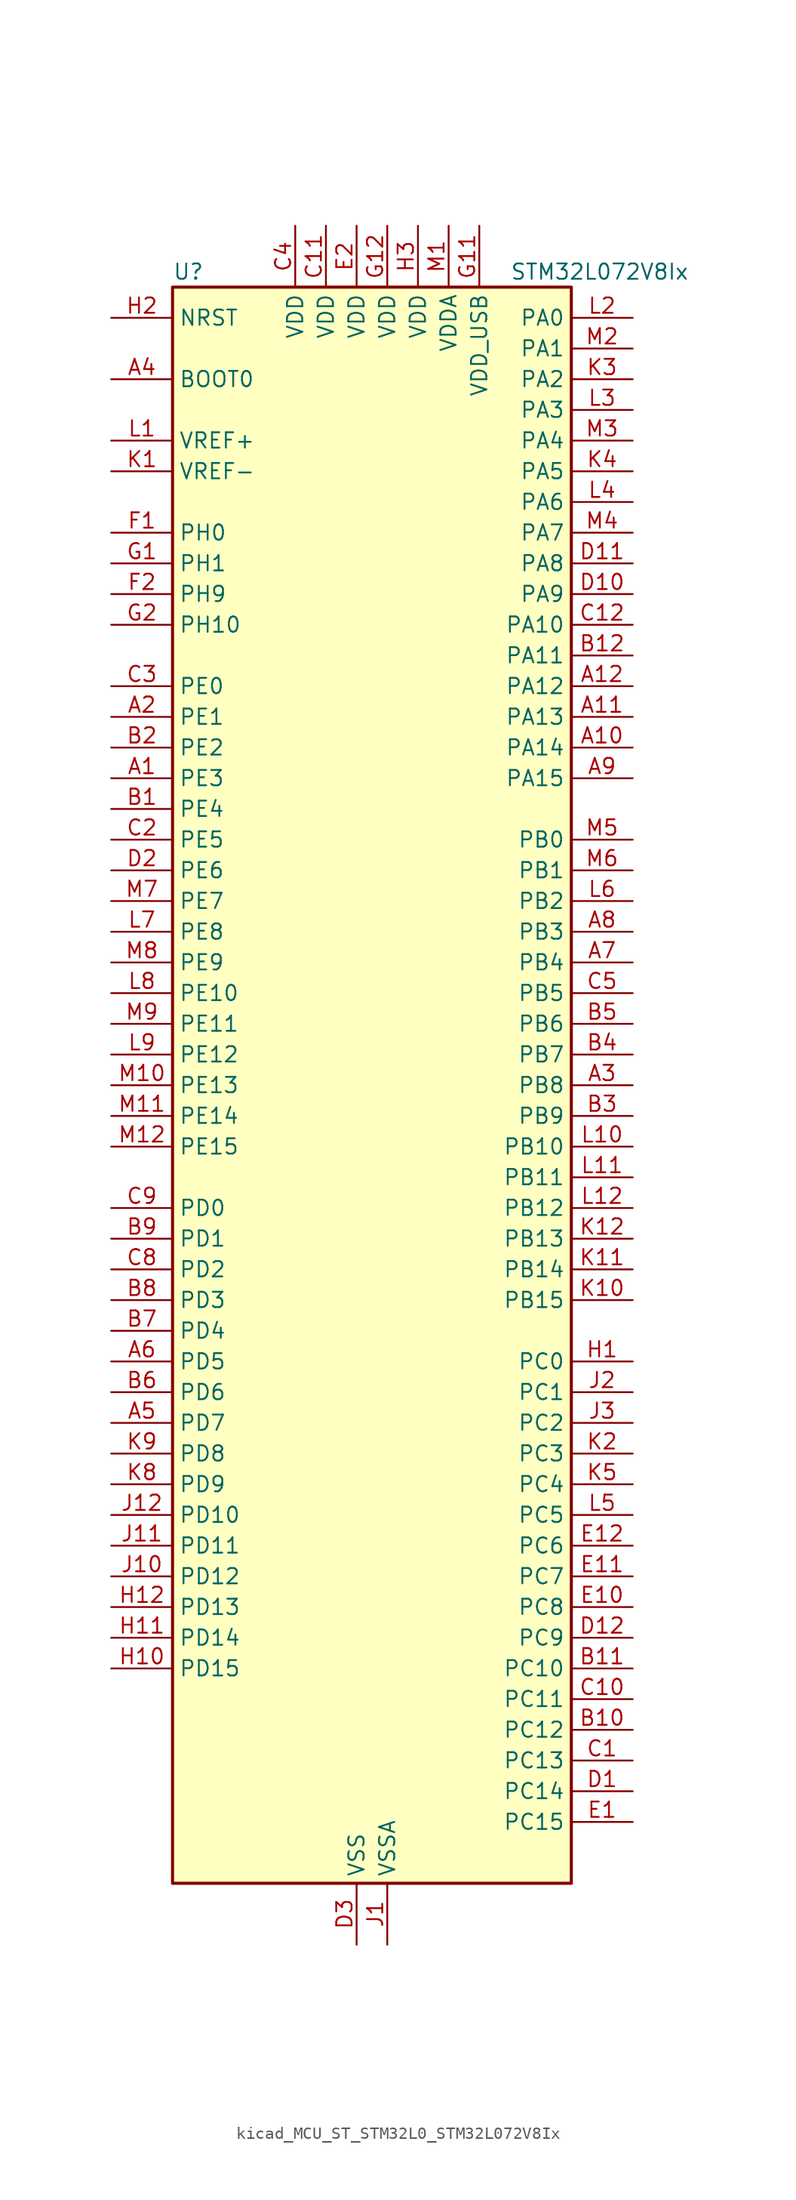
<source format=kicad_sym>
(kicad_symbol_lib
  (version 20220914)
  (generator kicad_symbol_editor)
  (symbol "kicad_MCU_ST_STM32L0_STM32L072V8Ix"
    (property "Reference" "U"
      (at -15.24 67.31 0)
      (effects (font (size 1.27 1.27)) (justify left)))
    (property "Value" "STM32L072V8Ix"
      (at 12.7 67.31 0)
      (effects (font (size 1.27 1.27)) (justify left)))
    (property "ki_locked" ""
      (at 0 0 0)
      (effects (font (size 1.27 1.27))))
    (symbol "kicad_MCU_ST_STM32L0_STM32L072V8Ix_0_1"
      (rectangle (start -15.24 -66.04) (end 17.78 66.04) (stroke (width 0.254) (type default)) (fill (type background))))
    (symbol "kicad_MCU_ST_STM32L0_STM32L072V8Ix_1_1"
      (pin bidirectional line (at -20.32 25.4 0) (length 5.08) (name "PE3" (effects (font (size 1.27 1.27)))) (number "A1" (effects (font (size 1.27 1.27)))) (alternate "TIM22_CH1" bidirectional line) (alternate "TIM3_CH1" bidirectional line))
      (pin bidirectional line (at 22.86 27.94 180) (length 5.08) (name "PA14" (effects (font (size 1.27 1.27)))) (number "A10" (effects (font (size 1.27 1.27)))) (alternate "LPUART1_TX" bidirectional line) (alternate "SYS_SWCLK" bidirectional line) (alternate "USART2_TX" bidirectional line))
      (pin bidirectional line (at 22.86 30.48 180) (length 5.08) (name "PA13" (effects (font (size 1.27 1.27)))) (number "A11" (effects (font (size 1.27 1.27)))) (alternate "LPUART1_RX" bidirectional line) (alternate "SYS_SWDIO" bidirectional line) (alternate "USB_NOE" bidirectional line))
      (pin bidirectional line (at 22.86 33.02 180) (length 5.08) (name "PA12" (effects (font (size 1.27 1.27)))) (number "A12" (effects (font (size 1.27 1.27)))) (alternate "COMP2_OUT" bidirectional line) (alternate "SPI1_MOSI" bidirectional line) (alternate "TSC_G4_IO4" bidirectional line) (alternate "USART1_DE" bidirectional line) (alternate "USART1_RTS" bidirectional line) (alternate "USB_DP" bidirectional line))
      (pin bidirectional line (at -20.32 30.48 0) (length 5.08) (name "PE1" (effects (font (size 1.27 1.27)))) (number "A2" (effects (font (size 1.27 1.27)))))
      (pin bidirectional line (at 22.86 0 180) (length 5.08) (name "PB8" (effects (font (size 1.27 1.27)))) (number "A3" (effects (font (size 1.27 1.27)))) (alternate "I2C1_SCL" bidirectional line) (alternate "TSC_SYNC" bidirectional line))
      (pin input line (at -20.32 58.42 0) (length 5.08) (name "BOOT0" (effects (font (size 1.27 1.27)))) (number "A4" (effects (font (size 1.27 1.27)))))
      (pin bidirectional line (at -20.32 -27.94 0) (length 5.08) (name "PD7" (effects (font (size 1.27 1.27)))) (number "A5" (effects (font (size 1.27 1.27)))) (alternate "TIM21_CH2" bidirectional line) (alternate "USART2_CK" bidirectional line))
      (pin bidirectional line (at -20.32 -22.86 0) (length 5.08) (name "PD5" (effects (font (size 1.27 1.27)))) (number "A6" (effects (font (size 1.27 1.27)))) (alternate "USART2_TX" bidirectional line))
      (pin bidirectional line (at 22.86 10.16 180) (length 5.08) (name "PB4" (effects (font (size 1.27 1.27)))) (number "A7" (effects (font (size 1.27 1.27)))) (alternate "COMP2_INP" bidirectional line) (alternate "I2C3_SDA" bidirectional line) (alternate "SPI1_MISO" bidirectional line) (alternate "TIM22_CH1" bidirectional line) (alternate "TIM3_CH1" bidirectional line) (alternate "TSC_G5_IO2" bidirectional line) (alternate "USART1_CTS" bidirectional line) (alternate "USART5_RX" bidirectional line))
      (pin bidirectional line (at 22.86 12.7 180) (length 5.08) (name "PB3" (effects (font (size 1.27 1.27)))) (number "A8" (effects (font (size 1.27 1.27)))) (alternate "COMP2_INM" bidirectional line) (alternate "SPI1_SCK" bidirectional line) (alternate "TIM2_CH2" bidirectional line) (alternate "TSC_G5_IO1" bidirectional line) (alternate "USART1_DE" bidirectional line) (alternate "USART1_RTS" bidirectional line) (alternate "USART5_TX" bidirectional line))
      (pin bidirectional line (at 22.86 25.4 180) (length 5.08) (name "PA15" (effects (font (size 1.27 1.27)))) (number "A9" (effects (font (size 1.27 1.27)))) (alternate "SPI1_NSS" bidirectional line) (alternate "TIM2_CH1" bidirectional line) (alternate "TIM2_ETR" bidirectional line) (alternate "USART2_RX" bidirectional line) (alternate "USART4_DE" bidirectional line) (alternate "USART4_RTS" bidirectional line))
      (pin bidirectional line (at -20.32 22.86 0) (length 5.08) (name "PE4" (effects (font (size 1.27 1.27)))) (number "B1" (effects (font (size 1.27 1.27)))) (alternate "TIM22_CH2" bidirectional line) (alternate "TIM3_CH2" bidirectional line))
      (pin bidirectional line (at 22.86 -53.34 180) (length 5.08) (name "PC12" (effects (font (size 1.27 1.27)))) (number "B10" (effects (font (size 1.27 1.27)))) (alternate "USART4_CK" bidirectional line) (alternate "USART5_TX" bidirectional line))
      (pin bidirectional line (at 22.86 -48.26 180) (length 5.08) (name "PC10" (effects (font (size 1.27 1.27)))) (number "B11" (effects (font (size 1.27 1.27)))) (alternate "LPUART1_TX" bidirectional line) (alternate "USART4_TX" bidirectional line))
      (pin bidirectional line (at 22.86 35.56 180) (length 5.08) (name "PA11" (effects (font (size 1.27 1.27)))) (number "B12" (effects (font (size 1.27 1.27)))) (alternate "ADC_EXTI11" bidirectional line) (alternate "COMP1_OUT" bidirectional line) (alternate "SPI1_MISO" bidirectional line) (alternate "TSC_G4_IO3" bidirectional line) (alternate "USART1_CTS" bidirectional line) (alternate "USB_DM" bidirectional line))
      (pin bidirectional line (at -20.32 27.94 0) (length 5.08) (name "PE2" (effects (font (size 1.27 1.27)))) (number "B2" (effects (font (size 1.27 1.27)))) (alternate "TIM3_ETR" bidirectional line))
      (pin bidirectional line (at 22.86 -2.54 180) (length 5.08) (name "PB9" (effects (font (size 1.27 1.27)))) (number "B3" (effects (font (size 1.27 1.27)))) (alternate "DAC_EXTI9" bidirectional line) (alternate "I2C1_SDA" bidirectional line) (alternate "I2S2_WS" bidirectional line) (alternate "SPI2_NSS" bidirectional line))
      (pin bidirectional line (at 22.86 2.54 180) (length 5.08) (name "PB7" (effects (font (size 1.27 1.27)))) (number "B4" (effects (font (size 1.27 1.27)))) (alternate "COMP2_INP" bidirectional line) (alternate "I2C1_SDA" bidirectional line) (alternate "LPTIM1_IN2" bidirectional line) (alternate "SYS_PVD_IN" bidirectional line) (alternate "TSC_G5_IO4" bidirectional line) (alternate "USART1_RX" bidirectional line) (alternate "USART4_CTS" bidirectional line))
      (pin bidirectional line (at 22.86 5.08 180) (length 5.08) (name "PB6" (effects (font (size 1.27 1.27)))) (number "B5" (effects (font (size 1.27 1.27)))) (alternate "COMP2_INP" bidirectional line) (alternate "I2C1_SCL" bidirectional line) (alternate "LPTIM1_ETR" bidirectional line) (alternate "TSC_G5_IO3" bidirectional line) (alternate "USART1_TX" bidirectional line))
      (pin bidirectional line (at -20.32 -25.4 0) (length 5.08) (name "PD6" (effects (font (size 1.27 1.27)))) (number "B6" (effects (font (size 1.27 1.27)))) (alternate "USART2_RX" bidirectional line))
      (pin bidirectional line (at -20.32 -20.32 0) (length 5.08) (name "PD4" (effects (font (size 1.27 1.27)))) (number "B7" (effects (font (size 1.27 1.27)))) (alternate "I2S2_SD" bidirectional line) (alternate "SPI2_MOSI" bidirectional line) (alternate "USART2_DE" bidirectional line) (alternate "USART2_RTS" bidirectional line))
      (pin bidirectional line (at -20.32 -17.78 0) (length 5.08) (name "PD3" (effects (font (size 1.27 1.27)))) (number "B8" (effects (font (size 1.27 1.27)))) (alternate "I2S2_MCK" bidirectional line) (alternate "SPI2_MISO" bidirectional line) (alternate "USART2_CTS" bidirectional line))
      (pin bidirectional line (at -20.32 -12.7 0) (length 5.08) (name "PD1" (effects (font (size 1.27 1.27)))) (number "B9" (effects (font (size 1.27 1.27)))) (alternate "I2S2_CK" bidirectional line) (alternate "SPI2_SCK" bidirectional line))
      (pin bidirectional line (at 22.86 -55.88 180) (length 5.08) (name "PC13" (effects (font (size 1.27 1.27)))) (number "C1" (effects (font (size 1.27 1.27)))) (alternate "RTC_OUT_ALARM" bidirectional line) (alternate "RTC_OUT_CALIB" bidirectional line) (alternate "RTC_TAMP1" bidirectional line) (alternate "RTC_TS" bidirectional line) (alternate "SYS_WKUP2" bidirectional line))
      (pin bidirectional line (at 22.86 -50.8 180) (length 5.08) (name "PC11" (effects (font (size 1.27 1.27)))) (number "C10" (effects (font (size 1.27 1.27)))) (alternate "ADC_EXTI11" bidirectional line) (alternate "LPUART1_RX" bidirectional line) (alternate "USART4_RX" bidirectional line))
      (pin power_in line (at -2.54 71.12 270) (length 5.08) (name "VDD" (effects (font (size 1.27 1.27)))) (number "C11" (effects (font (size 1.27 1.27)))))
      (pin bidirectional line (at 22.86 38.1 180) (length 5.08) (name "PA10" (effects (font (size 1.27 1.27)))) (number "C12" (effects (font (size 1.27 1.27)))) (alternate "I2C1_SDA" bidirectional line) (alternate "TSC_G4_IO2" bidirectional line) (alternate "USART1_RX" bidirectional line))
      (pin bidirectional line (at -20.32 20.32 0) (length 5.08) (name "PE5" (effects (font (size 1.27 1.27)))) (number "C2" (effects (font (size 1.27 1.27)))) (alternate "TIM21_CH1" bidirectional line) (alternate "TIM3_CH3" bidirectional line))
      (pin bidirectional line (at -20.32 33.02 0) (length 5.08) (name "PE0" (effects (font (size 1.27 1.27)))) (number "C3" (effects (font (size 1.27 1.27)))))
      (pin power_in line (at -5.08 71.12 270) (length 5.08) (name "VDD" (effects (font (size 1.27 1.27)))) (number "C4" (effects (font (size 1.27 1.27)))))
      (pin bidirectional line (at 22.86 7.62 180) (length 5.08) (name "PB5" (effects (font (size 1.27 1.27)))) (number "C5" (effects (font (size 1.27 1.27)))) (alternate "COMP2_INP" bidirectional line) (alternate "I2C1_SMBA" bidirectional line) (alternate "LPTIM1_IN1" bidirectional line) (alternate "SPI1_MOSI" bidirectional line) (alternate "TIM22_CH2" bidirectional line) (alternate "TIM3_CH2" bidirectional line) (alternate "USART1_CK" bidirectional line) (alternate "USART5_CK" bidirectional line) (alternate "USART5_DE" bidirectional line) (alternate "USART5_RTS" bidirectional line))
      (pin bidirectional line (at -20.32 -15.24 0) (length 5.08) (name "PD2" (effects (font (size 1.27 1.27)))) (number "C8" (effects (font (size 1.27 1.27)))) (alternate "LPUART1_DE" bidirectional line) (alternate "LPUART1_RTS" bidirectional line) (alternate "TIM3_ETR" bidirectional line) (alternate "USART5_RX" bidirectional line))
      (pin bidirectional line (at -20.32 -10.16 0) (length 5.08) (name "PD0" (effects (font (size 1.27 1.27)))) (number "C9" (effects (font (size 1.27 1.27)))) (alternate "I2S2_WS" bidirectional line) (alternate "SPI2_NSS" bidirectional line) (alternate "TIM21_CH1" bidirectional line))
      (pin bidirectional line (at 22.86 -58.42 180) (length 5.08) (name "PC14" (effects (font (size 1.27 1.27)))) (number "D1" (effects (font (size 1.27 1.27)))) (alternate "RCC_OSC32_IN" bidirectional line))
      (pin bidirectional line (at 22.86 40.64 180) (length 5.08) (name "PA9" (effects (font (size 1.27 1.27)))) (number "D10" (effects (font (size 1.27 1.27)))) (alternate "DAC_EXTI9" bidirectional line) (alternate "I2C1_SCL" bidirectional line) (alternate "I2C3_SMBA" bidirectional line) (alternate "RCC_MCO" bidirectional line) (alternate "TSC_G4_IO1" bidirectional line) (alternate "USART1_TX" bidirectional line))
      (pin bidirectional line (at 22.86 43.18 180) (length 5.08) (name "PA8" (effects (font (size 1.27 1.27)))) (number "D11" (effects (font (size 1.27 1.27)))) (alternate "CRS_SYNC" bidirectional line) (alternate "I2C3_SCL" bidirectional line) (alternate "RCC_MCO" bidirectional line) (alternate "USART1_CK" bidirectional line))
      (pin bidirectional line (at 22.86 -45.72 180) (length 5.08) (name "PC9" (effects (font (size 1.27 1.27)))) (number "D12" (effects (font (size 1.27 1.27)))) (alternate "DAC_EXTI9" bidirectional line) (alternate "I2C3_SDA" bidirectional line) (alternate "TIM21_ETR" bidirectional line) (alternate "TIM3_CH4" bidirectional line) (alternate "TSC_G8_IO4" bidirectional line) (alternate "USB_NOE" bidirectional line))
      (pin bidirectional line (at -20.32 17.78 0) (length 5.08) (name "PE6" (effects (font (size 1.27 1.27)))) (number "D2" (effects (font (size 1.27 1.27)))) (alternate "RTC_TAMP3" bidirectional line) (alternate "SYS_WKUP3" bidirectional line) (alternate "TIM21_CH2" bidirectional line) (alternate "TIM3_CH4" bidirectional line))
      (pin power_in line (at 0 -71.12 90) (length 5.08) (name "VSS" (effects (font (size 1.27 1.27)))) (number "D3" (effects (font (size 1.27 1.27)))))
      (pin bidirectional line (at 22.86 -60.96 180) (length 5.08) (name "PC15" (effects (font (size 1.27 1.27)))) (number "E1" (effects (font (size 1.27 1.27)))) (alternate "RCC_OSC32_OUT" bidirectional line))
      (pin bidirectional line (at 22.86 -43.18 180) (length 5.08) (name "PC8" (effects (font (size 1.27 1.27)))) (number "E10" (effects (font (size 1.27 1.27)))) (alternate "TIM22_ETR" bidirectional line) (alternate "TIM3_CH3" bidirectional line) (alternate "TSC_G8_IO3" bidirectional line))
      (pin bidirectional line (at 22.86 -40.64 180) (length 5.08) (name "PC7" (effects (font (size 1.27 1.27)))) (number "E11" (effects (font (size 1.27 1.27)))) (alternate "TIM22_CH2" bidirectional line) (alternate "TIM3_CH2" bidirectional line) (alternate "TSC_G8_IO2" bidirectional line))
      (pin bidirectional line (at 22.86 -38.1 180) (length 5.08) (name "PC6" (effects (font (size 1.27 1.27)))) (number "E12" (effects (font (size 1.27 1.27)))) (alternate "TIM22_CH1" bidirectional line) (alternate "TIM3_CH1" bidirectional line) (alternate "TSC_G8_IO1" bidirectional line))
      (pin power_in line (at 0 71.12 270) (length 5.08) (name "VDD" (effects (font (size 1.27 1.27)))) (number "E2" (effects (font (size 1.27 1.27)))))
      (pin passive line (at 0 -71.12 90) (length 5.08) hide (name "VSS" (effects (font (size 1.27 1.27)))) (number "E3" (effects (font (size 1.27 1.27)))))
      (pin bidirectional line (at -20.32 45.72 0) (length 5.08) (name "PH0" (effects (font (size 1.27 1.27)))) (number "F1" (effects (font (size 1.27 1.27)))) (alternate "CRS_SYNC" bidirectional line) (alternate "RCC_OSC_IN" bidirectional line))
      (pin passive line (at 0 -71.12 90) (length 5.08) hide (name "VSS" (effects (font (size 1.27 1.27)))) (number "F11" (effects (font (size 1.27 1.27)))))
      (pin passive line (at 0 -71.12 90) (length 5.08) hide (name "VSS" (effects (font (size 1.27 1.27)))) (number "F12" (effects (font (size 1.27 1.27)))))
      (pin bidirectional line (at -20.32 40.64 0) (length 5.08) (name "PH9" (effects (font (size 1.27 1.27)))) (number "F2" (effects (font (size 1.27 1.27)))) (alternate "DAC_EXTI9" bidirectional line))
      (pin bidirectional line (at -20.32 43.18 0) (length 5.08) (name "PH1" (effects (font (size 1.27 1.27)))) (number "G1" (effects (font (size 1.27 1.27)))) (alternate "RCC_OSC_OUT" bidirectional line))
      (pin power_in line (at 10.16 71.12 270) (length 5.08) (name "VDD_USB" (effects (font (size 1.27 1.27)))) (number "G11" (effects (font (size 1.27 1.27)))))
      (pin power_in line (at 2.54 71.12 270) (length 5.08) (name "VDD" (effects (font (size 1.27 1.27)))) (number "G12" (effects (font (size 1.27 1.27)))))
      (pin bidirectional line (at -20.32 38.1 0) (length 5.08) (name "PH10" (effects (font (size 1.27 1.27)))) (number "G2" (effects (font (size 1.27 1.27)))))
      (pin bidirectional line (at 22.86 -22.86 180) (length 5.08) (name "PC0" (effects (font (size 1.27 1.27)))) (number "H1" (effects (font (size 1.27 1.27)))) (alternate "ADC_IN10" bidirectional line) (alternate "I2C3_SCL" bidirectional line) (alternate "LPTIM1_IN1" bidirectional line) (alternate "LPUART1_RX" bidirectional line) (alternate "TSC_G7_IO1" bidirectional line))
      (pin bidirectional line (at -20.32 -48.26 0) (length 5.08) (name "PD15" (effects (font (size 1.27 1.27)))) (number "H10" (effects (font (size 1.27 1.27)))) (alternate "CRS_SYNC" bidirectional line))
      (pin bidirectional line (at -20.32 -45.72 0) (length 5.08) (name "PD14" (effects (font (size 1.27 1.27)))) (number "H11" (effects (font (size 1.27 1.27)))))
      (pin bidirectional line (at -20.32 -43.18 0) (length 5.08) (name "PD13" (effects (font (size 1.27 1.27)))) (number "H12" (effects (font (size 1.27 1.27)))))
      (pin input line (at -20.32 63.5 0) (length 5.08) (name "NRST" (effects (font (size 1.27 1.27)))) (number "H2" (effects (font (size 1.27 1.27)))))
      (pin power_in line (at 5.08 71.12 270) (length 5.08) (name "VDD" (effects (font (size 1.27 1.27)))) (number "H3" (effects (font (size 1.27 1.27)))))
      (pin power_in line (at 2.54 -71.12 90) (length 5.08) (name "VSSA" (effects (font (size 1.27 1.27)))) (number "J1" (effects (font (size 1.27 1.27)))))
      (pin bidirectional line (at -20.32 -40.64 0) (length 5.08) (name "PD12" (effects (font (size 1.27 1.27)))) (number "J10" (effects (font (size 1.27 1.27)))) (alternate "LPUART1_DE" bidirectional line) (alternate "LPUART1_RTS" bidirectional line))
      (pin bidirectional line (at -20.32 -38.1 0) (length 5.08) (name "PD11" (effects (font (size 1.27 1.27)))) (number "J11" (effects (font (size 1.27 1.27)))) (alternate "ADC_EXTI11" bidirectional line) (alternate "LPUART1_CTS" bidirectional line))
      (pin bidirectional line (at -20.32 -35.56 0) (length 5.08) (name "PD10" (effects (font (size 1.27 1.27)))) (number "J12" (effects (font (size 1.27 1.27)))))
      (pin bidirectional line (at 22.86 -25.4 180) (length 5.08) (name "PC1" (effects (font (size 1.27 1.27)))) (number "J2" (effects (font (size 1.27 1.27)))) (alternate "ADC_IN11" bidirectional line) (alternate "I2C3_SDA" bidirectional line) (alternate "LPTIM1_OUT" bidirectional line) (alternate "LPUART1_TX" bidirectional line) (alternate "TSC_G7_IO2" bidirectional line))
      (pin bidirectional line (at 22.86 -27.94 180) (length 5.08) (name "PC2" (effects (font (size 1.27 1.27)))) (number "J3" (effects (font (size 1.27 1.27)))) (alternate "ADC_IN12" bidirectional line) (alternate "I2S2_MCK" bidirectional line) (alternate "LPTIM1_IN2" bidirectional line) (alternate "SPI2_MISO" bidirectional line) (alternate "TSC_G7_IO3" bidirectional line))
      (pin input line (at -20.32 50.8 0) (length 5.08) (name "VREF-" (effects (font (size 1.27 1.27)))) (number "K1" (effects (font (size 1.27 1.27)))))
      (pin bidirectional line (at 22.86 -17.78 180) (length 5.08) (name "PB15" (effects (font (size 1.27 1.27)))) (number "K10" (effects (font (size 1.27 1.27)))) (alternate "I2S2_SD" bidirectional line) (alternate "RTC_REFIN" bidirectional line) (alternate "SPI2_MOSI" bidirectional line))
      (pin bidirectional line (at 22.86 -15.24 180) (length 5.08) (name "PB14" (effects (font (size 1.27 1.27)))) (number "K11" (effects (font (size 1.27 1.27)))) (alternate "I2C2_SDA" bidirectional line) (alternate "I2S2_MCK" bidirectional line) (alternate "LPUART1_DE" bidirectional line) (alternate "LPUART1_RTS" bidirectional line) (alternate "RTC_OUT_ALARM" bidirectional line) (alternate "RTC_OUT_CALIB" bidirectional line) (alternate "SPI2_MISO" bidirectional line) (alternate "TIM21_CH2" bidirectional line) (alternate "TSC_G6_IO4" bidirectional line))
      (pin bidirectional line (at 22.86 -12.7 180) (length 5.08) (name "PB13" (effects (font (size 1.27 1.27)))) (number "K12" (effects (font (size 1.27 1.27)))) (alternate "I2C2_SCL" bidirectional line) (alternate "I2S2_CK" bidirectional line) (alternate "LPUART1_CTS" bidirectional line) (alternate "RCC_MCO" bidirectional line) (alternate "SPI2_SCK" bidirectional line) (alternate "TIM21_CH1" bidirectional line) (alternate "TSC_G6_IO3" bidirectional line))
      (pin bidirectional line (at 22.86 -30.48 180) (length 5.08) (name "PC3" (effects (font (size 1.27 1.27)))) (number "K2" (effects (font (size 1.27 1.27)))) (alternate "ADC_IN13" bidirectional line) (alternate "I2S2_SD" bidirectional line) (alternate "LPTIM1_ETR" bidirectional line) (alternate "SPI2_MOSI" bidirectional line) (alternate "TSC_G7_IO4" bidirectional line))
      (pin bidirectional line (at 22.86 58.42 180) (length 5.08) (name "PA2" (effects (font (size 1.27 1.27)))) (number "K3" (effects (font (size 1.27 1.27)))) (alternate "ADC_IN2" bidirectional line) (alternate "COMP2_INM" bidirectional line) (alternate "COMP2_OUT" bidirectional line) (alternate "LPUART1_TX" bidirectional line) (alternate "TIM21_CH1" bidirectional line) (alternate "TIM2_CH3" bidirectional line) (alternate "TSC_G1_IO3" bidirectional line) (alternate "USART2_TX" bidirectional line))
      (pin bidirectional line (at 22.86 50.8 180) (length 5.08) (name "PA5" (effects (font (size 1.27 1.27)))) (number "K4" (effects (font (size 1.27 1.27)))) (alternate "ADC_IN5" bidirectional line) (alternate "COMP1_INM" bidirectional line) (alternate "COMP2_INM" bidirectional line) (alternate "DAC_OUT2" bidirectional line) (alternate "SPI1_SCK" bidirectional line) (alternate "TIM2_CH1" bidirectional line) (alternate "TIM2_ETR" bidirectional line) (alternate "TSC_G2_IO2" bidirectional line))
      (pin bidirectional line (at 22.86 -33.02 180) (length 5.08) (name "PC4" (effects (font (size 1.27 1.27)))) (number "K5" (effects (font (size 1.27 1.27)))) (alternate "ADC_IN14" bidirectional line) (alternate "LPUART1_TX" bidirectional line))
      (pin bidirectional line (at -20.32 -33.02 0) (length 5.08) (name "PD9" (effects (font (size 1.27 1.27)))) (number "K8" (effects (font (size 1.27 1.27)))) (alternate "DAC_EXTI9" bidirectional line) (alternate "LPUART1_RX" bidirectional line))
      (pin bidirectional line (at -20.32 -30.48 0) (length 5.08) (name "PD8" (effects (font (size 1.27 1.27)))) (number "K9" (effects (font (size 1.27 1.27)))) (alternate "LPUART1_TX" bidirectional line))
      (pin input line (at -20.32 53.34 0) (length 5.08) (name "VREF+" (effects (font (size 1.27 1.27)))) (number "L1" (effects (font (size 1.27 1.27)))))
      (pin bidirectional line (at 22.86 -5.08 180) (length 5.08) (name "PB10" (effects (font (size 1.27 1.27)))) (number "L10" (effects (font (size 1.27 1.27)))) (alternate "I2C2_SCL" bidirectional line) (alternate "LPUART1_RX" bidirectional line) (alternate "LPUART1_TX" bidirectional line) (alternate "SPI2_SCK" bidirectional line) (alternate "TIM2_CH3" bidirectional line) (alternate "TSC_SYNC" bidirectional line))
      (pin bidirectional line (at 22.86 -7.62 180) (length 5.08) (name "PB11" (effects (font (size 1.27 1.27)))) (number "L11" (effects (font (size 1.27 1.27)))) (alternate "ADC_EXTI11" bidirectional line) (alternate "I2C2_SDA" bidirectional line) (alternate "LPUART1_RX" bidirectional line) (alternate "LPUART1_TX" bidirectional line) (alternate "TIM2_CH4" bidirectional line) (alternate "TSC_G6_IO1" bidirectional line))
      (pin bidirectional line (at 22.86 -10.16 180) (length 5.08) (name "PB12" (effects (font (size 1.27 1.27)))) (number "L12" (effects (font (size 1.27 1.27)))) (alternate "I2S2_WS" bidirectional line) (alternate "LPUART1_DE" bidirectional line) (alternate "LPUART1_RTS" bidirectional line) (alternate "SPI2_NSS" bidirectional line) (alternate "TSC_G6_IO2" bidirectional line))
      (pin bidirectional line (at 22.86 63.5 180) (length 5.08) (name "PA0" (effects (font (size 1.27 1.27)))) (number "L2" (effects (font (size 1.27 1.27)))) (alternate "ADC_IN0" bidirectional line) (alternate "COMP1_INM" bidirectional line) (alternate "COMP1_OUT" bidirectional line) (alternate "RTC_TAMP2" bidirectional line) (alternate "SYS_WKUP1" bidirectional line) (alternate "TIM2_CH1" bidirectional line) (alternate "TIM2_ETR" bidirectional line) (alternate "TSC_G1_IO1" bidirectional line) (alternate "USART2_CTS" bidirectional line) (alternate "USART4_TX" bidirectional line))
      (pin bidirectional line (at 22.86 55.88 180) (length 5.08) (name "PA3" (effects (font (size 1.27 1.27)))) (number "L3" (effects (font (size 1.27 1.27)))) (alternate "ADC_IN3" bidirectional line) (alternate "COMP2_INP" bidirectional line) (alternate "LPUART1_RX" bidirectional line) (alternate "TIM21_CH2" bidirectional line) (alternate "TIM2_CH4" bidirectional line) (alternate "TSC_G1_IO4" bidirectional line) (alternate "USART2_RX" bidirectional line))
      (pin bidirectional line (at 22.86 48.26 180) (length 5.08) (name "PA6" (effects (font (size 1.27 1.27)))) (number "L4" (effects (font (size 1.27 1.27)))) (alternate "ADC_IN6" bidirectional line) (alternate "COMP1_OUT" bidirectional line) (alternate "LPUART1_CTS" bidirectional line) (alternate "SPI1_MISO" bidirectional line) (alternate "TIM22_CH1" bidirectional line) (alternate "TIM3_CH1" bidirectional line) (alternate "TSC_G2_IO3" bidirectional line))
      (pin bidirectional line (at 22.86 -35.56 180) (length 5.08) (name "PC5" (effects (font (size 1.27 1.27)))) (number "L5" (effects (font (size 1.27 1.27)))) (alternate "ADC_IN15" bidirectional line) (alternate "LPUART1_RX" bidirectional line) (alternate "TSC_G3_IO1" bidirectional line))
      (pin bidirectional line (at 22.86 15.24 180) (length 5.08) (name "PB2" (effects (font (size 1.27 1.27)))) (number "L6" (effects (font (size 1.27 1.27)))) (alternate "I2C3_SMBA" bidirectional line) (alternate "LPTIM1_OUT" bidirectional line) (alternate "TSC_G3_IO4" bidirectional line))
      (pin bidirectional line (at -20.32 12.7 0) (length 5.08) (name "PE8" (effects (font (size 1.27 1.27)))) (number "L7" (effects (font (size 1.27 1.27)))) (alternate "USART4_TX" bidirectional line))
      (pin bidirectional line (at -20.32 7.62 0) (length 5.08) (name "PE10" (effects (font (size 1.27 1.27)))) (number "L8" (effects (font (size 1.27 1.27)))) (alternate "TIM2_CH2" bidirectional line) (alternate "USART5_TX" bidirectional line))
      (pin bidirectional line (at -20.32 2.54 0) (length 5.08) (name "PE12" (effects (font (size 1.27 1.27)))) (number "L9" (effects (font (size 1.27 1.27)))) (alternate "SPI1_NSS" bidirectional line) (alternate "TIM2_CH4" bidirectional line))
      (pin power_in line (at 7.62 71.12 270) (length 5.08) (name "VDDA" (effects (font (size 1.27 1.27)))) (number "M1" (effects (font (size 1.27 1.27)))))
      (pin bidirectional line (at -20.32 0 0) (length 5.08) (name "PE13" (effects (font (size 1.27 1.27)))) (number "M10" (effects (font (size 1.27 1.27)))) (alternate "SPI1_SCK" bidirectional line))
      (pin bidirectional line (at -20.32 -2.54 0) (length 5.08) (name "PE14" (effects (font (size 1.27 1.27)))) (number "M11" (effects (font (size 1.27 1.27)))) (alternate "SPI1_MISO" bidirectional line))
      (pin bidirectional line (at -20.32 -5.08 0) (length 5.08) (name "PE15" (effects (font (size 1.27 1.27)))) (number "M12" (effects (font (size 1.27 1.27)))) (alternate "SPI1_MOSI" bidirectional line))
      (pin bidirectional line (at 22.86 60.96 180) (length 5.08) (name "PA1" (effects (font (size 1.27 1.27)))) (number "M2" (effects (font (size 1.27 1.27)))) (alternate "ADC_IN1" bidirectional line) (alternate "COMP1_INP" bidirectional line) (alternate "TIM21_ETR" bidirectional line) (alternate "TIM2_CH2" bidirectional line) (alternate "TSC_G1_IO2" bidirectional line) (alternate "USART2_DE" bidirectional line) (alternate "USART2_RTS" bidirectional line) (alternate "USART4_RX" bidirectional line))
      (pin bidirectional line (at 22.86 53.34 180) (length 5.08) (name "PA4" (effects (font (size 1.27 1.27)))) (number "M3" (effects (font (size 1.27 1.27)))) (alternate "ADC_IN4" bidirectional line) (alternate "COMP1_INM" bidirectional line) (alternate "COMP2_INM" bidirectional line) (alternate "DAC_OUT1" bidirectional line) (alternate "SPI1_NSS" bidirectional line) (alternate "TIM22_ETR" bidirectional line) (alternate "TSC_G2_IO1" bidirectional line) (alternate "USART2_CK" bidirectional line))
      (pin bidirectional line (at 22.86 45.72 180) (length 5.08) (name "PA7" (effects (font (size 1.27 1.27)))) (number "M4" (effects (font (size 1.27 1.27)))) (alternate "ADC_IN7" bidirectional line) (alternate "COMP2_OUT" bidirectional line) (alternate "SPI1_MOSI" bidirectional line) (alternate "TIM22_CH2" bidirectional line) (alternate "TIM3_CH2" bidirectional line) (alternate "TSC_G2_IO4" bidirectional line))
      (pin bidirectional line (at 22.86 20.32 180) (length 5.08) (name "PB0" (effects (font (size 1.27 1.27)))) (number "M5" (effects (font (size 1.27 1.27)))) (alternate "ADC_IN8" bidirectional line) (alternate "SYS_VREF_OUT_PB0" bidirectional line) (alternate "TIM3_CH3" bidirectional line) (alternate "TSC_G3_IO2" bidirectional line))
      (pin bidirectional line (at 22.86 17.78 180) (length 5.08) (name "PB1" (effects (font (size 1.27 1.27)))) (number "M6" (effects (font (size 1.27 1.27)))) (alternate "ADC_IN9" bidirectional line) (alternate "LPUART1_DE" bidirectional line) (alternate "LPUART1_RTS" bidirectional line) (alternate "SYS_VREF_OUT_PB1" bidirectional line) (alternate "TIM3_CH4" bidirectional line) (alternate "TSC_G3_IO3" bidirectional line))
      (pin bidirectional line (at -20.32 15.24 0) (length 5.08) (name "PE7" (effects (font (size 1.27 1.27)))) (number "M7" (effects (font (size 1.27 1.27)))) (alternate "USART5_CK" bidirectional line) (alternate "USART5_DE" bidirectional line) (alternate "USART5_RTS" bidirectional line))
      (pin bidirectional line (at -20.32 10.16 0) (length 5.08) (name "PE9" (effects (font (size 1.27 1.27)))) (number "M8" (effects (font (size 1.27 1.27)))) (alternate "DAC_EXTI9" bidirectional line) (alternate "TIM2_CH1" bidirectional line) (alternate "TIM2_ETR" bidirectional line) (alternate "USART4_RX" bidirectional line))
      (pin bidirectional line (at -20.32 5.08 0) (length 5.08) (name "PE11" (effects (font (size 1.27 1.27)))) (number "M9" (effects (font (size 1.27 1.27)))) (alternate "ADC_EXTI11" bidirectional line) (alternate "TIM2_CH3" bidirectional line) (alternate "USART5_RX" bidirectional line)))))
</source>
